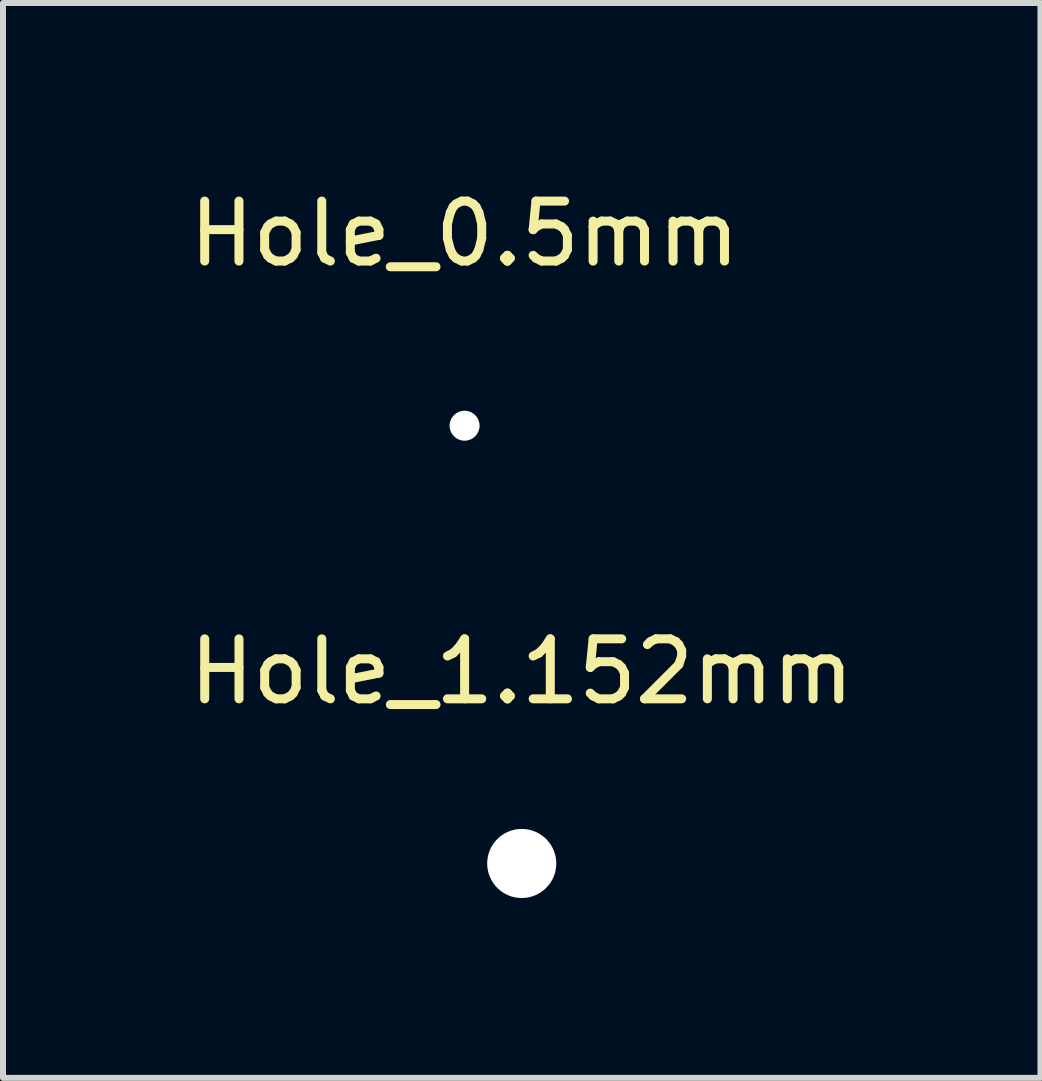
<source format=kicad_pcb>
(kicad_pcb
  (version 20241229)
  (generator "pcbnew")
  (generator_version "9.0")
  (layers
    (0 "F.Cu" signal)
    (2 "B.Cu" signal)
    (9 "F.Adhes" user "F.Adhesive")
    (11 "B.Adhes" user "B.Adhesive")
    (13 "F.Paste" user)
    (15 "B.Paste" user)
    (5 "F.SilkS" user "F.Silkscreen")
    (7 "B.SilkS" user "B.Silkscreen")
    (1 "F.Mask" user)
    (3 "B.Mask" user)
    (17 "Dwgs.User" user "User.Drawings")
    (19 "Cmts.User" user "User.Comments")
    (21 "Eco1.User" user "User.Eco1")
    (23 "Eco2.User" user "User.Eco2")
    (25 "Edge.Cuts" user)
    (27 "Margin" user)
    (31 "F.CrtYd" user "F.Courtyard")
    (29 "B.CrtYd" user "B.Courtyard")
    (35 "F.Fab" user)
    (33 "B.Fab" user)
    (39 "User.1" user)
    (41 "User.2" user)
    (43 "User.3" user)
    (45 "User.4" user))
  (footprint "Hole_0.5mm"
    (layer "F.Cu")
    (at 4.696 4.048)
    (property "Reference" "Hole_0.5mm" (at 0 -3.2 0) (layer "F.SilkS") (effects (font (size 1 1) (thickness 0.15))))
    (attr exclude_from_pos_files exclude_from_bom)
    (pad "" np_thru_hole circle (at 0 0) (size 0.5 0.5) (drill 0.5) (layers "*.Cu" "*.Mask")))
  (footprint "Hole_1.152mm"
    (layer "F.Cu")
    (at 5.649 11.347)
    (property "Reference" "Hole_1.152mm" (at 0 -3.2 0) (layer "F.SilkS") (effects (font (size 1 1) (thickness 0.15))))
    (attr exclude_from_pos_files exclude_from_bom)
    (pad "" np_thru_hole circle (at 0 0) (size 1.152 1.152) (drill 1.152) (layers "*.Cu" "*.Mask")))
  (gr_rect
    (start -3 -3)
    (end 14.298 14.922)
    (stroke (width 0.1) (type default))
    (fill no)
    (layer "Edge.Cuts")))
</source>
